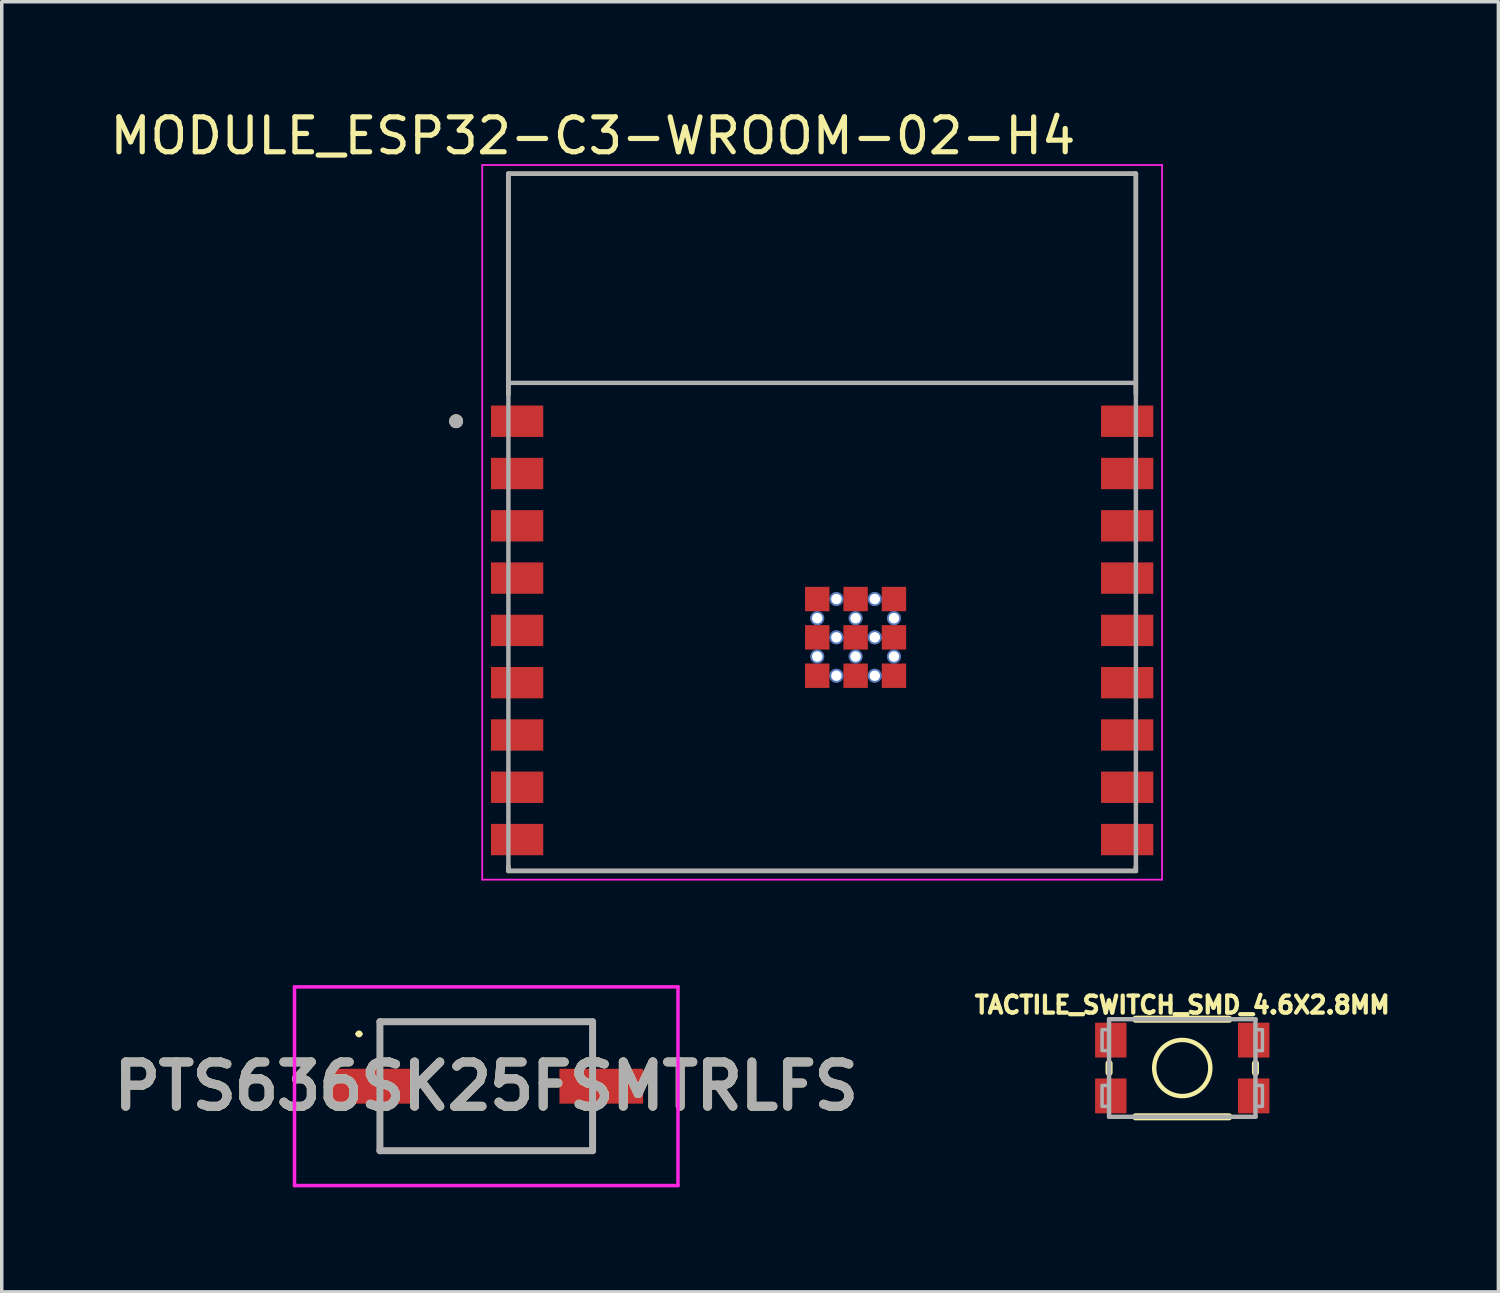
<source format=kicad_pcb>
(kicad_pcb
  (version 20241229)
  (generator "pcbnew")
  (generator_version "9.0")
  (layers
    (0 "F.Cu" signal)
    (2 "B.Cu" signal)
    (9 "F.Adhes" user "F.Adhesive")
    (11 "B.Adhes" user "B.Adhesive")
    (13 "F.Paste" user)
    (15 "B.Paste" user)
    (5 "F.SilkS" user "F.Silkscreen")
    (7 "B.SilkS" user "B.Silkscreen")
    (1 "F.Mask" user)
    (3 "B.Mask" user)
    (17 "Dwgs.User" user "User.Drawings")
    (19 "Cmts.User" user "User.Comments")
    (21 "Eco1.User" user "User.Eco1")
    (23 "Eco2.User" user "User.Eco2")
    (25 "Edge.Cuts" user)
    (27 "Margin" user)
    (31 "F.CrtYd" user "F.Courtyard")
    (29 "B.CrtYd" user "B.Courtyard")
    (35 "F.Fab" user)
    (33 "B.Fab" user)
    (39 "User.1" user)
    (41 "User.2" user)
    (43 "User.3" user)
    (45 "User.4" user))
  (footprint "MODULE_ESP32-C3-WROOM-02-H4"
    (layer "F.Cu")
    (at 20.533 11.933)
    (property "Reference" "MODULE_ESP32-C3-WROOM-02-H4" (at -6.575 -11.085 0) (layer "F.SilkS") (effects (font (size 1 1) (thickness 0.15))))
    (attr through_hole)
    (fp_line (start -9 -10) (end -9 -3.67) (stroke (width 0.127) (type solid)) (layer "F.SilkS"))
    (fp_line (start -9 10) (end -9 9.87) (stroke (width 0.127) (type solid)) (layer "F.SilkS"))
    (fp_line (start -9 10) (end 9 10) (stroke (width 0.127) (type solid)) (layer "F.SilkS"))
    (fp_line (start 9 -10) (end -9 -10) (stroke (width 0.127) (type solid)) (layer "F.SilkS"))
    (fp_line (start 9 -3.67) (end 9 -10) (stroke (width 0.127) (type solid)) (layer "F.SilkS"))
    (fp_line (start 9 10) (end 9 9.87) (stroke (width 0.127) (type solid)) (layer "F.SilkS"))
    (fp_circle (center -10.5 -2.9) (end -10.4 -2.9) (stroke (width 0.2) (type solid)) (fill no) (layer "F.SilkS"))
    (fp_line (start -9.75 -10.25) (end -9.75 10.25) (stroke (width 0.05) (type solid)) (layer "F.CrtYd"))
    (fp_line (start -9.75 10.25) (end 9.75 10.25) (stroke (width 0.05) (type solid)) (layer "F.CrtYd"))
    (fp_line (start 9.75 -10.25) (end -9.75 -10.25) (stroke (width 0.05) (type solid)) (layer "F.CrtYd"))
    (fp_line (start 9.75 10.25) (end 9.75 -10.25) (stroke (width 0.05) (type solid)) (layer "F.CrtYd"))
    (fp_line (start -9 -10) (end -9 -4) (stroke (width 0.127) (type solid)) (layer "F.Fab"))
    (fp_line (start -9 -4) (end -9 10) (stroke (width 0.127) (type solid)) (layer "F.Fab"))
    (fp_line (start -9 10) (end 9 10) (stroke (width 0.127) (type solid)) (layer "F.Fab"))
    (fp_line (start 9 -10) (end -9 -10) (stroke (width 0.127) (type solid)) (layer "F.Fab"))
    (fp_line (start 9 -4) (end -9 -4) (stroke (width 0.127) (type solid)) (layer "F.Fab"))
    (fp_line (start 9 -4) (end 9 -10) (stroke (width 0.127) (type solid)) (layer "F.Fab"))
    (fp_line (start 9 10) (end 9 -4) (stroke (width 0.127) (type solid)) (layer "F.Fab"))
    (fp_circle (center -10.5 -2.9) (end -10.4 -2.9) (stroke (width 0.2) (type solid)) (fill no) (layer "F.Fab"))
    (pad "1" smd rect (at -8.75 -2.9) (size 1.5 0.9) (layers "F.Cu" "F.Mask" "F.Paste"))
    (pad "2" smd rect (at -8.75 -1.4) (size 1.5 0.9) (layers "F.Cu" "F.Mask" "F.Paste"))
    (pad "3" smd rect (at -8.75 0.1) (size 1.5 0.9) (layers "F.Cu" "F.Mask" "F.Paste"))
    (pad "4" smd rect (at -8.75 1.6) (size 1.5 0.9) (layers "F.Cu" "F.Mask" "F.Paste"))
    (pad "5" smd rect (at -8.75 3.1) (size 1.5 0.9) (layers "F.Cu" "F.Mask" "F.Paste"))
    (pad "6" smd rect (at -8.75 4.6) (size 1.5 0.9) (layers "F.Cu" "F.Mask" "F.Paste"))
    (pad "7" smd rect (at -8.75 6.1) (size 1.5 0.9) (layers "F.Cu" "F.Mask" "F.Paste"))
    (pad "8" smd rect (at -8.75 7.6) (size 1.5 0.9) (layers "F.Cu" "F.Mask" "F.Paste"))
    (pad "9" smd rect (at -8.75 9.1) (size 1.5 0.9) (layers "F.Cu" "F.Mask" "F.Paste"))
    (pad "10" smd rect (at 8.75 9.1) (size 1.5 0.9) (layers "F.Cu" "F.Mask" "F.Paste"))
    (pad "11" smd rect (at 8.75 7.6) (size 1.5 0.9) (layers "F.Cu" "F.Mask" "F.Paste"))
    (pad "12" smd rect (at 8.75 6.1) (size 1.5 0.9) (layers "F.Cu" "F.Mask" "F.Paste"))
    (pad "13" smd rect (at 8.75 4.6) (size 1.5 0.9) (layers "F.Cu" "F.Mask" "F.Paste"))
    (pad "14" smd rect (at 8.75 3.1) (size 1.5 0.9) (layers "F.Cu" "F.Mask" "F.Paste"))
    (pad "15" smd rect (at 8.75 1.6) (size 1.5 0.9) (layers "F.Cu" "F.Mask" "F.Paste"))
    (pad "16" smd rect (at 8.75 0.1) (size 1.5 0.9) (layers "F.Cu" "F.Mask" "F.Paste"))
    (pad "17" smd rect (at 8.75 -1.4) (size 1.5 0.9) (layers "F.Cu" "F.Mask" "F.Paste"))
    (pad "18" smd rect (at 8.75 -2.9) (size 1.5 0.9) (layers "F.Cu" "F.Mask" "F.Paste"))
    (pad "19" smd rect (at -0.14 2.2) (size 0.7 0.7) (layers "F.Cu" "F.Mask" "F.Paste"))
    (pad "20" smd rect (at 0.96 2.2) (size 0.7 0.7) (layers "F.Cu" "F.Mask" "F.Paste"))
    (pad "21" smd rect (at 2.06 2.2) (size 0.7 0.7) (layers "F.Cu" "F.Mask" "F.Paste"))
    (pad "22" smd rect (at -0.14 3.3) (size 0.7 0.7) (layers "F.Cu" "F.Mask" "F.Paste"))
    (pad "23" smd rect (at 0.96 3.3) (size 0.7 0.7) (layers "F.Cu" "F.Mask" "F.Paste"))
    (pad "24" smd rect (at 2.06 3.3) (size 0.7 0.7) (layers "F.Cu" "F.Mask" "F.Paste"))
    (pad "25" smd rect (at -0.14 4.4) (size 0.7 0.7) (layers "F.Cu" "F.Mask" "F.Paste"))
    (pad "26" smd rect (at 0.96 4.4) (size 0.7 0.7) (layers "F.Cu" "F.Mask" "F.Paste"))
    (pad "27" smd rect (at 2.06 4.4) (size 0.7 0.7) (layers "F.Cu" "F.Mask" "F.Paste"))
    (pad "28" thru_hole circle (at 0.41 2.2) (size 0.4 0.4) (drill 0.3) (layers "*.Cu"))
    (pad "29" thru_hole circle (at 1.51 2.2) (size 0.4 0.4) (drill 0.3) (layers "*.Cu"))
    (pad "30" thru_hole circle (at -0.14 2.75) (size 0.4 0.4) (drill 0.3) (layers "*.Cu"))
    (pad "31" thru_hole circle (at 0.96 2.75) (size 0.4 0.4) (drill 0.3) (layers "*.Cu"))
    (pad "32" thru_hole circle (at 2.06 2.75) (size 0.4 0.4) (drill 0.3) (layers "*.Cu"))
    (pad "33" thru_hole circle (at 0.41 3.3) (size 0.4 0.4) (drill 0.3) (layers "*.Cu"))
    (pad "34" thru_hole circle (at 1.51 3.3) (size 0.4 0.4) (drill 0.3) (layers "*.Cu"))
    (pad "35" thru_hole circle (at -0.14 3.85) (size 0.4 0.4) (drill 0.3) (layers "*.Cu"))
    (pad "36" thru_hole circle (at 0.96 3.85) (size 0.4 0.4) (drill 0.3) (layers "*.Cu"))
    (pad "37" thru_hole circle (at 2.06 3.85) (size 0.4 0.4) (drill 0.3) (layers "*.Cu"))
    (pad "38" thru_hole circle (at 0.41 4.4) (size 0.4 0.4) (drill 0.3) (layers "*.Cu"))
    (pad "39" thru_hole circle (at 1.51 4.4) (size 0.4 0.4) (drill 0.3) (layers "*.Cu"))
    (zone (net_name "") (layer "F.Cu") (hatch full 0.508) (connect_pads) (min_thickness 0.01) (filled_areas_thickness no) (keepout (tracks not_allowed) (vias not_allowed) (pads not_allowed) (copperpour not_allowed) (footprints allowed)) (placement (enabled no)) (fill) (polygon (pts (xy 11.533 1.933) (xy 29.533 1.933) (xy 29.533 7.933) (xy 11.533 7.933))))
    (zone (net_name "") (layers "F.Cu" "B.Cu") (hatch full 0.508) (connect_pads) (min_thickness 0.01) (filled_areas_thickness no) (keepout (tracks allowed) (vias not_allowed) (pads allowed) (copperpour allowed) (footprints allowed)) (placement (enabled no)) (fill) (polygon (pts (xy 11.533 1.933) (xy 29.533 1.933) (xy 29.533 7.933) (xy 11.533 7.933))))
    (zone (net_name "") (layer "B.Cu") (hatch full 0.508) (connect_pads) (min_thickness 0.01) (filled_areas_thickness no) (keepout (tracks not_allowed) (vias not_allowed) (pads not_allowed) (copperpour not_allowed) (footprints allowed)) (placement (enabled no)) (fill) (polygon (pts (xy 11.533 1.933) (xy 29.533 1.933) (xy 29.533 7.933) (xy 11.533 7.933)))))
  (footprint "TACTILE_SWITCH_SMD_4.6X2.8MM"
    (layer "F.Cu")
    (at 30.863 27.586)
    (property "Reference" "TACTILE_SWITCH_SMD_4.6X2.8MM" (at 0 -1.524 0) (layer "F.SilkS") (effects (font (size 0.488 0.488) (thickness 0.122)) (justify bottom)))
    (fp_line (start -2.1 -0.13) (end -2.1 0.13) (stroke (width 0.203) (type solid)) (layer "F.SilkS"))
    (fp_line (start -1.338 -1.4) (end 1.338 -1.4) (stroke (width 0.203) (type solid)) (layer "F.SilkS"))
    (fp_line (start 1.338 1.4) (end -1.338 1.4) (stroke (width 0.203) (type solid)) (layer "F.SilkS"))
    (fp_line (start 2.1 0.13) (end 2.1 -0.13) (stroke (width 0.203) (type solid)) (layer "F.SilkS"))
    (fp_circle (center 0 0) (end 0.805 0) (stroke (width 0.127) (type solid)) (fill no) (layer "F.SilkS"))
    (fp_line (start -2.1 -1.4) (end -2.1 1.4) (stroke (width 0.127) (type solid)) (layer "F.Fab"))
    (fp_line (start -2.1 -1.4) (end 2.1 -1.4) (stroke (width 0.127) (type solid)) (layer "F.Fab"))
    (fp_line (start -2.1 1.4) (end 2.1 1.4) (stroke (width 0.127) (type solid)) (layer "F.Fab"))
    (fp_line (start 2.1 1.4) (end 2.1 -1.4) (stroke (width 0.127) (type solid)) (layer "F.Fab"))
    (fp_poly (pts (xy -2.3 -0.5) (xy -2.1 -0.5) (xy -2.1 -1.1) (xy -2.3 -1.1)) (stroke (width 0.1) (type solid)) (fill no) (layer "F.Fab"))
    (fp_poly (pts (xy -2.3 1.1) (xy -2.1 1.1) (xy -2.1 0.5) (xy -2.3 0.5)) (stroke (width 0.1) (type solid)) (fill no) (layer "F.Fab"))
    (fp_poly (pts (xy 2.3 -1.1) (xy 2.1 -1.1) (xy 2.1 -0.5) (xy 2.3 -0.5)) (stroke (width 0.1) (type solid)) (fill no) (layer "F.Fab"))
    (fp_poly (pts (xy 2.3 0.5) (xy 2.1 0.5) (xy 2.1 1.1) (xy 2.3 1.1)) (stroke (width 0.1) (type solid)) (fill no) (layer "F.Fab"))
    (pad "1" smd rect (at -2.05 0.8) (size 0.9 1) (layers "F.Cu" "F.Mask" "F.Paste"))
    (pad "2" smd rect (at 2.05 0.8) (size 0.9 1) (layers "F.Cu" "F.Mask" "F.Paste"))
    (pad "3" smd rect (at 2.05 -0.8) (size 0.9 1) (layers "F.Cu" "F.Mask" "F.Paste"))
    (pad "4" smd rect (at -2.05 -0.8) (size 0.9 1) (layers "F.Cu" "F.Mask" "F.Paste")))
  (footprint "PTS636SK25FSMTRLFS"
    (layer "F.Cu")
    (at 10.898 28.108)
    (property "Reference" "PTS636SK25FSMTRLFS" (at 0 0 0) (layer "F.SilkS") (effects (font (size 1.27 1.27) (thickness 0.254))))
    (attr smd)
    (fp_line (start -3.7 -1.5) (end -3.7 -1.5) (stroke (width 0.1) (type solid)) (layer "F.SilkS"))
    (fp_line (start -3.6 -1.5) (end -3.6 -1.5) (stroke (width 0.1) (type solid)) (layer "F.SilkS"))
    (fp_line (start -3.05 -1.85) (end 3.05 -1.85) (stroke (width 0.1) (type solid)) (layer "F.SilkS"))
    (fp_line (start -3.05 -0.9) (end -3.05 -1.85) (stroke (width 0.1) (type solid)) (layer "F.SilkS"))
    (fp_line (start -3.05 0.9) (end -3.05 1.85) (stroke (width 0.1) (type solid)) (layer "F.SilkS"))
    (fp_line (start -3.05 1.85) (end 3.05 1.85) (stroke (width 0.1) (type solid)) (layer "F.SilkS"))
    (fp_line (start 3.05 -1.85) (end 3.05 -0.9) (stroke (width 0.1) (type solid)) (layer "F.SilkS"))
    (fp_line (start 3.05 1.85) (end 3.05 0.9) (stroke (width 0.1) (type solid)) (layer "F.SilkS"))
    (fp_arc (start -3.7 -1.5) (mid -3.65 -1.55) (end -3.6 -1.5) (stroke (width 0.1) (type solid)) (layer "F.SilkS"))
    (fp_arc (start -3.6 -1.5) (mid -3.65 -1.45) (end -3.7 -1.5) (stroke (width 0.1) (type solid)) (layer "F.SilkS"))
    (fp_line (start -5.5 -2.85) (end 5.5 -2.85) (stroke (width 0.1) (type solid)) (layer "F.CrtYd"))
    (fp_line (start -5.5 2.85) (end -5.5 -2.85) (stroke (width 0.1) (type solid)) (layer "F.CrtYd"))
    (fp_line (start 5.5 -2.85) (end 5.5 2.85) (stroke (width 0.1) (type solid)) (layer "F.CrtYd"))
    (fp_line (start 5.5 2.85) (end -5.5 2.85) (stroke (width 0.1) (type solid)) (layer "F.CrtYd"))
    (fp_line (start -3.05 -1.85) (end 3.05 -1.85) (stroke (width 0.2) (type solid)) (layer "F.Fab"))
    (fp_line (start -3.05 1.85) (end -3.05 -1.85) (stroke (width 0.2) (type solid)) (layer "F.Fab"))
    (fp_line (start 3.05 -1.85) (end 3.05 1.85) (stroke (width 0.2) (type solid)) (layer "F.Fab"))
    (fp_line (start 3.05 1.85) (end -3.05 1.85) (stroke (width 0.2) (type solid)) (layer "F.Fab"))
    (fp_text user "${REFERENCE}" (at 0 0 0) (layer "F.Fab") (effects (font (size 1.27 1.27) (thickness 0.254))))
    (pad "1" smd rect (at -3.3 0 90) (size 1 2.4) (layers "F.Cu" "F.Mask" "F.Paste"))
    (pad "2" smd rect (at 3.3 0 90) (size 1 2.4) (layers "F.Cu" "F.Mask" "F.Paste")))
  (gr_rect
    (start -3 -3)
    (end 39.931 34.008)
    (stroke (width 0.1) (type default))
    (fill no)
    (layer "Edge.Cuts")))
</source>
